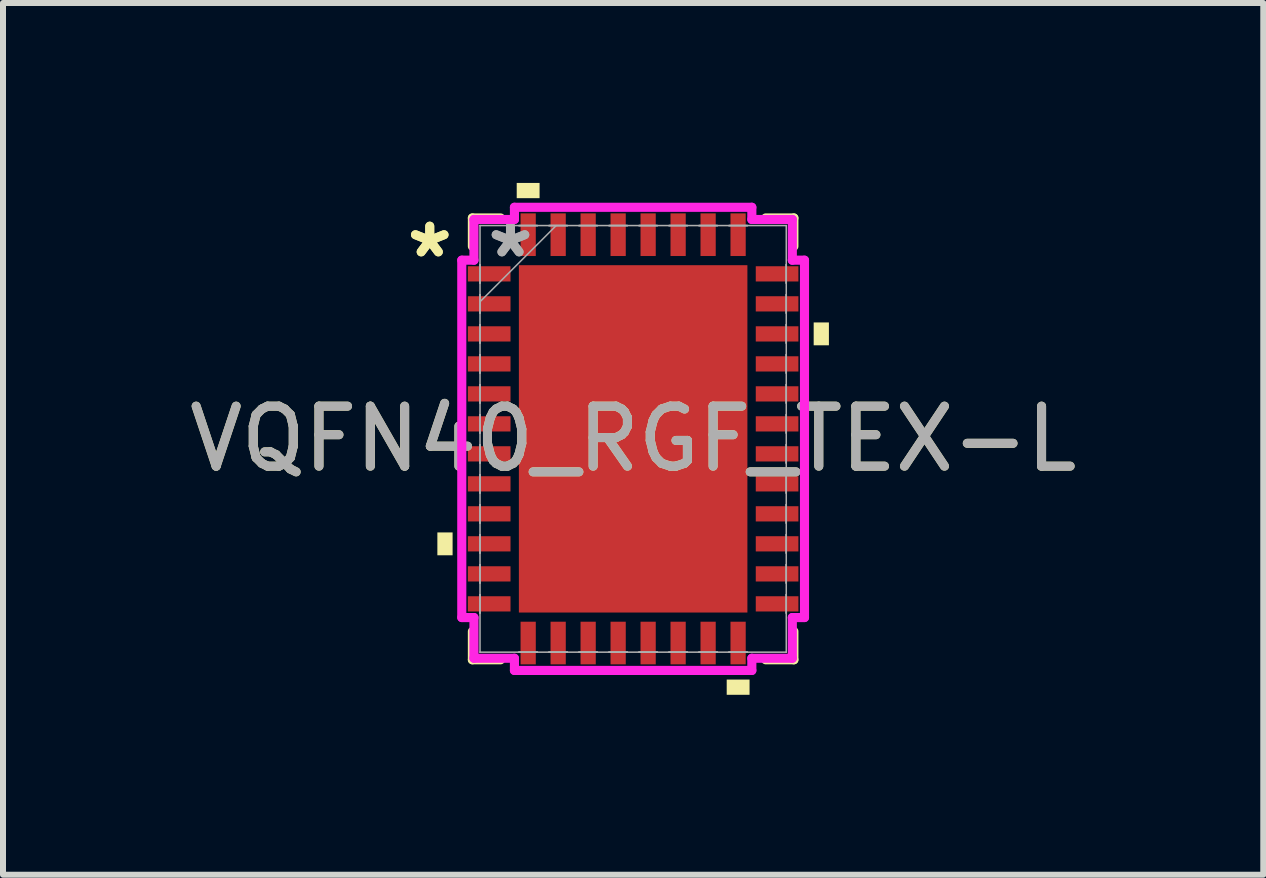
<source format=kicad_pcb>
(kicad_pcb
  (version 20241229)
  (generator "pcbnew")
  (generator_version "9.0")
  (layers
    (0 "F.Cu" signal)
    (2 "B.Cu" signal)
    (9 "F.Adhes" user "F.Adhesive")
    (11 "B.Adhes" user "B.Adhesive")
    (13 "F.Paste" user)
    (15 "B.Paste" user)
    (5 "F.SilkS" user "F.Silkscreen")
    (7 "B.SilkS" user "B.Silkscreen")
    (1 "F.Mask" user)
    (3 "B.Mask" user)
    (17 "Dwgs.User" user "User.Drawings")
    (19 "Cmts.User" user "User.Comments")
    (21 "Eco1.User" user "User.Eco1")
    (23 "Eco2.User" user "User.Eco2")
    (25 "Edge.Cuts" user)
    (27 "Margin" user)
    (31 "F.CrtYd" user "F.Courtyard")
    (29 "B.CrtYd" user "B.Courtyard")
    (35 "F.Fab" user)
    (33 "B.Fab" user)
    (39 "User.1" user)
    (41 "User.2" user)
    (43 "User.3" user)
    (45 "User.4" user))
  (footprint "VQFN40_RGF_TEX-L"
    (layer "F.Cu")
    (at 7.506 4.267)
    (property "Reference" "VQFN40_RGF_TEX-L" (at 0 0 0) (unlocked yes) (layer "F.SilkS") (effects (font (size 1 1) (thickness 0.15))))
    (attr smd)
    (fp_line (start -2.68 -3.683) (end -2.68 -3.21) (stroke (width 0.152) (type solid)) (layer "F.SilkS"))
    (fp_line (start -2.68 3.21) (end -2.68 3.683) (stroke (width 0.152) (type solid)) (layer "F.SilkS"))
    (fp_line (start -2.68 3.683) (end -2.21 3.683) (stroke (width 0.152) (type solid)) (layer "F.SilkS"))
    (fp_line (start -2.21 -3.683) (end -2.68 -3.683) (stroke (width 0.152) (type solid)) (layer "F.SilkS"))
    (fp_line (start 2.21 3.683) (end 2.68 3.683) (stroke (width 0.152) (type solid)) (layer "F.SilkS"))
    (fp_line (start 2.68 -3.683) (end 2.21 -3.683) (stroke (width 0.152) (type solid)) (layer "F.SilkS"))
    (fp_line (start 2.68 -3.21) (end 2.68 -3.683) (stroke (width 0.152) (type solid)) (layer "F.SilkS"))
    (fp_line (start 2.68 3.683) (end 2.68 3.21) (stroke (width 0.152) (type solid)) (layer "F.SilkS"))
    (fp_poly (pts (xy -3.264 1.56) (xy -3.264 1.941) (xy -3.01 1.941) (xy -3.01 1.56)) (stroke (width 0) (type solid)) (fill yes) (layer "F.SilkS"))
    (fp_poly (pts (xy -1.941 -4.013) (xy -1.941 -4.267) (xy -1.56 -4.267) (xy -1.56 -4.013)) (stroke (width 0) (type solid)) (fill yes) (layer "F.SilkS"))
    (fp_poly (pts (xy 1.56 4.013) (xy 1.56 4.267) (xy 1.941 4.267) (xy 1.941 4.013)) (stroke (width 0) (type solid)) (fill yes) (layer "F.SilkS"))
    (fp_poly (pts (xy 3.264 -1.941) (xy 3.264 -1.56) (xy 3.01 -1.56) (xy 3.01 -1.941)) (stroke (width 0) (type solid)) (fill yes) (layer "F.SilkS"))
    (fp_poly (pts (xy -1.805 -2.796) (xy -1.805 -1.548) (xy -0.735 -1.548) (xy -0.735 -2.796)) (stroke (width 0) (type solid)) (fill yes) (layer "F.Paste"))
    (fp_poly (pts (xy -1.805 -1.348) (xy -1.805 -0.1) (xy -0.735 -0.1) (xy -0.735 -1.348)) (stroke (width 0) (type solid)) (fill yes) (layer "F.Paste"))
    (fp_poly (pts (xy -1.805 0.1) (xy -1.805 1.348) (xy -0.735 1.348) (xy -0.735 0.1)) (stroke (width 0) (type solid)) (fill yes) (layer "F.Paste"))
    (fp_poly (pts (xy -1.805 1.548) (xy -1.805 2.796) (xy -0.735 2.796) (xy -0.735 1.548)) (stroke (width 0) (type solid)) (fill yes) (layer "F.Paste"))
    (fp_poly (pts (xy -0.535 -2.796) (xy -0.535 -1.548) (xy 0.535 -1.548) (xy 0.535 -2.796)) (stroke (width 0) (type solid)) (fill yes) (layer "F.Paste"))
    (fp_poly (pts (xy -0.535 -1.348) (xy -0.535 -0.1) (xy 0.535 -0.1) (xy 0.535 -1.348)) (stroke (width 0) (type solid)) (fill yes) (layer "F.Paste"))
    (fp_poly (pts (xy -0.535 0.1) (xy -0.535 1.348) (xy 0.535 1.348) (xy 0.535 0.1)) (stroke (width 0) (type solid)) (fill yes) (layer "F.Paste"))
    (fp_poly (pts (xy -0.535 1.548) (xy -0.535 2.796) (xy 0.535 2.796) (xy 0.535 1.548)) (stroke (width 0) (type solid)) (fill yes) (layer "F.Paste"))
    (fp_poly (pts (xy 0.735 -2.796) (xy 0.735 -1.548) (xy 1.805 -1.548) (xy 1.805 -2.796)) (stroke (width 0) (type solid)) (fill yes) (layer "F.Paste"))
    (fp_poly (pts (xy 0.735 -1.348) (xy 0.735 -0.1) (xy 1.805 -0.1) (xy 1.805 -1.348)) (stroke (width 0) (type solid)) (fill yes) (layer "F.Paste"))
    (fp_poly (pts (xy 0.735 0.1) (xy 0.735 1.348) (xy 1.805 1.348) (xy 1.805 0.1)) (stroke (width 0) (type solid)) (fill yes) (layer "F.Paste"))
    (fp_poly (pts (xy 0.735 1.548) (xy 0.735 2.796) (xy 1.805 2.796) (xy 1.805 1.548)) (stroke (width 0) (type solid)) (fill yes) (layer "F.Paste"))
    (fp_line (start -2.857 -2.979) (end -2.654 -2.979) (stroke (width 0.152) (type solid)) (layer "F.CrtYd"))
    (fp_line (start -2.857 2.979) (end -2.857 -2.979) (stroke (width 0.152) (type solid)) (layer "F.CrtYd"))
    (fp_line (start -2.654 -3.658) (end -1.979 -3.658) (stroke (width 0.152) (type solid)) (layer "F.CrtYd"))
    (fp_line (start -2.654 -2.979) (end -2.654 -3.658) (stroke (width 0.152) (type solid)) (layer "F.CrtYd"))
    (fp_line (start -2.654 2.979) (end -2.857 2.979) (stroke (width 0.152) (type solid)) (layer "F.CrtYd"))
    (fp_line (start -2.654 3.658) (end -2.654 2.979) (stroke (width 0.152) (type solid)) (layer "F.CrtYd"))
    (fp_line (start -1.979 -3.861) (end 1.979 -3.861) (stroke (width 0.152) (type solid)) (layer "F.CrtYd"))
    (fp_line (start -1.979 -3.658) (end -1.979 -3.861) (stroke (width 0.152) (type solid)) (layer "F.CrtYd"))
    (fp_line (start -1.979 3.658) (end -2.654 3.658) (stroke (width 0.152) (type solid)) (layer "F.CrtYd"))
    (fp_line (start -1.979 3.861) (end -1.979 3.658) (stroke (width 0.152) (type solid)) (layer "F.CrtYd"))
    (fp_line (start 1.979 -3.861) (end 1.979 -3.658) (stroke (width 0.152) (type solid)) (layer "F.CrtYd"))
    (fp_line (start 1.979 -3.658) (end 2.654 -3.658) (stroke (width 0.152) (type solid)) (layer "F.CrtYd"))
    (fp_line (start 1.979 3.658) (end 1.979 3.861) (stroke (width 0.152) (type solid)) (layer "F.CrtYd"))
    (fp_line (start 1.979 3.861) (end -1.979 3.861) (stroke (width 0.152) (type solid)) (layer "F.CrtYd"))
    (fp_line (start 2.654 -3.658) (end 2.654 -2.979) (stroke (width 0.152) (type solid)) (layer "F.CrtYd"))
    (fp_line (start 2.654 -2.979) (end 2.857 -2.979) (stroke (width 0.152) (type solid)) (layer "F.CrtYd"))
    (fp_line (start 2.654 2.979) (end 2.654 3.658) (stroke (width 0.152) (type solid)) (layer "F.CrtYd"))
    (fp_line (start 2.654 3.658) (end 1.979 3.658) (stroke (width 0.152) (type solid)) (layer "F.CrtYd"))
    (fp_line (start 2.857 -2.979) (end 2.857 2.979) (stroke (width 0.152) (type solid)) (layer "F.CrtYd"))
    (fp_line (start 2.857 2.979) (end 2.654 2.979) (stroke (width 0.152) (type solid)) (layer "F.CrtYd"))
    (fp_line (start -2.553 -3.556) (end -2.553 -3.556) (stroke (width 0.025) (type solid)) (layer "F.Fab"))
    (fp_line (start -2.553 -3.556) (end -2.553 3.556) (stroke (width 0.025) (type solid)) (layer "F.Fab"))
    (fp_line (start -2.553 -2.903) (end -2.553 -2.903) (stroke (width 0.025) (type solid)) (layer "F.Fab"))
    (fp_line (start -2.553 -2.903) (end -2.553 -2.598) (stroke (width 0.025) (type solid)) (layer "F.Fab"))
    (fp_line (start -2.553 -2.598) (end -2.553 -2.903) (stroke (width 0.025) (type solid)) (layer "F.Fab"))
    (fp_line (start -2.553 -2.598) (end -2.553 -2.598) (stroke (width 0.025) (type solid)) (layer "F.Fab"))
    (fp_line (start -2.553 -2.403) (end -2.553 -2.403) (stroke (width 0.025) (type solid)) (layer "F.Fab"))
    (fp_line (start -2.553 -2.403) (end -2.553 -2.098) (stroke (width 0.025) (type solid)) (layer "F.Fab"))
    (fp_line (start -2.553 -2.286) (end -1.283 -3.556) (stroke (width 0.025) (type solid)) (layer "F.Fab"))
    (fp_line (start -2.553 -2.098) (end -2.553 -2.403) (stroke (width 0.025) (type solid)) (layer "F.Fab"))
    (fp_line (start -2.553 -2.098) (end -2.553 -2.098) (stroke (width 0.025) (type solid)) (layer "F.Fab"))
    (fp_line (start -2.553 -1.903) (end -2.553 -1.903) (stroke (width 0.025) (type solid)) (layer "F.Fab"))
    (fp_line (start -2.553 -1.903) (end -2.553 -1.598) (stroke (width 0.025) (type solid)) (layer "F.Fab"))
    (fp_line (start -2.553 -1.598) (end -2.553 -1.903) (stroke (width 0.025) (type solid)) (layer "F.Fab"))
    (fp_line (start -2.553 -1.598) (end -2.553 -1.598) (stroke (width 0.025) (type solid)) (layer "F.Fab"))
    (fp_line (start -2.553 -1.403) (end -2.553 -1.403) (stroke (width 0.025) (type solid)) (layer "F.Fab"))
    (fp_line (start -2.553 -1.403) (end -2.553 -1.098) (stroke (width 0.025) (type solid)) (layer "F.Fab"))
    (fp_line (start -2.553 -1.098) (end -2.553 -1.403) (stroke (width 0.025) (type solid)) (layer "F.Fab"))
    (fp_line (start -2.553 -1.098) (end -2.553 -1.098) (stroke (width 0.025) (type solid)) (layer "F.Fab"))
    (fp_line (start -2.553 -0.903) (end -2.553 -0.903) (stroke (width 0.025) (type solid)) (layer "F.Fab"))
    (fp_line (start -2.553 -0.903) (end -2.553 -0.598) (stroke (width 0.025) (type solid)) (layer "F.Fab"))
    (fp_line (start -2.553 -0.598) (end -2.553 -0.903) (stroke (width 0.025) (type solid)) (layer "F.Fab"))
    (fp_line (start -2.553 -0.598) (end -2.553 -0.598) (stroke (width 0.025) (type solid)) (layer "F.Fab"))
    (fp_line (start -2.553 -0.402) (end -2.553 -0.402) (stroke (width 0.025) (type solid)) (layer "F.Fab"))
    (fp_line (start -2.553 -0.402) (end -2.553 -0.098) (stroke (width 0.025) (type solid)) (layer "F.Fab"))
    (fp_line (start -2.553 -0.098) (end -2.553 -0.402) (stroke (width 0.025) (type solid)) (layer "F.Fab"))
    (fp_line (start -2.553 -0.098) (end -2.553 -0.098) (stroke (width 0.025) (type solid)) (layer "F.Fab"))
    (fp_line (start -2.553 0.098) (end -2.553 0.098) (stroke (width 0.025) (type solid)) (layer "F.Fab"))
    (fp_line (start -2.553 0.098) (end -2.553 0.402) (stroke (width 0.025) (type solid)) (layer "F.Fab"))
    (fp_line (start -2.553 0.402) (end -2.553 0.098) (stroke (width 0.025) (type solid)) (layer "F.Fab"))
    (fp_line (start -2.553 0.402) (end -2.553 0.402) (stroke (width 0.025) (type solid)) (layer "F.Fab"))
    (fp_line (start -2.553 0.598) (end -2.553 0.598) (stroke (width 0.025) (type solid)) (layer "F.Fab"))
    (fp_line (start -2.553 0.598) (end -2.553 0.903) (stroke (width 0.025) (type solid)) (layer "F.Fab"))
    (fp_line (start -2.553 0.903) (end -2.553 0.598) (stroke (width 0.025) (type solid)) (layer "F.Fab"))
    (fp_line (start -2.553 0.903) (end -2.553 0.903) (stroke (width 0.025) (type solid)) (layer "F.Fab"))
    (fp_line (start -2.553 1.098) (end -2.553 1.098) (stroke (width 0.025) (type solid)) (layer "F.Fab"))
    (fp_line (start -2.553 1.098) (end -2.553 1.403) (stroke (width 0.025) (type solid)) (layer "F.Fab"))
    (fp_line (start -2.553 1.403) (end -2.553 1.098) (stroke (width 0.025) (type solid)) (layer "F.Fab"))
    (fp_line (start -2.553 1.403) (end -2.553 1.403) (stroke (width 0.025) (type solid)) (layer "F.Fab"))
    (fp_line (start -2.553 1.598) (end -2.553 1.598) (stroke (width 0.025) (type solid)) (layer "F.Fab"))
    (fp_line (start -2.553 1.598) (end -2.553 1.903) (stroke (width 0.025) (type solid)) (layer "F.Fab"))
    (fp_line (start -2.553 1.903) (end -2.553 1.598) (stroke (width 0.025) (type solid)) (layer "F.Fab"))
    (fp_line (start -2.553 1.903) (end -2.553 1.903) (stroke (width 0.025) (type solid)) (layer "F.Fab"))
    (fp_line (start -2.553 2.098) (end -2.553 2.098) (stroke (width 0.025) (type solid)) (layer "F.Fab"))
    (fp_line (start -2.553 2.098) (end -2.553 2.403) (stroke (width 0.025) (type solid)) (layer "F.Fab"))
    (fp_line (start -2.553 2.403) (end -2.553 2.098) (stroke (width 0.025) (type solid)) (layer "F.Fab"))
    (fp_line (start -2.553 2.403) (end -2.553 2.403) (stroke (width 0.025) (type solid)) (layer "F.Fab"))
    (fp_line (start -2.553 2.598) (end -2.553 2.598) (stroke (width 0.025) (type solid)) (layer "F.Fab"))
    (fp_line (start -2.553 2.598) (end -2.553 2.903) (stroke (width 0.025) (type solid)) (layer "F.Fab"))
    (fp_line (start -2.553 2.903) (end -2.553 2.598) (stroke (width 0.025) (type solid)) (layer "F.Fab"))
    (fp_line (start -2.553 2.903) (end -2.553 2.903) (stroke (width 0.025) (type solid)) (layer "F.Fab"))
    (fp_line (start -2.553 3.556) (end -2.553 3.556) (stroke (width 0.025) (type solid)) (layer "F.Fab"))
    (fp_line (start -2.553 3.556) (end 2.553 3.556) (stroke (width 0.025) (type solid)) (layer "F.Fab"))
    (fp_line (start -1.903 -3.556) (end -1.903 -3.556) (stroke (width 0.025) (type solid)) (layer "F.Fab"))
    (fp_line (start -1.903 -3.556) (end -1.598 -3.556) (stroke (width 0.025) (type solid)) (layer "F.Fab"))
    (fp_line (start -1.903 3.556) (end -1.903 3.556) (stroke (width 0.025) (type solid)) (layer "F.Fab"))
    (fp_line (start -1.903 3.556) (end -1.598 3.556) (stroke (width 0.025) (type solid)) (layer "F.Fab"))
    (fp_line (start -1.598 -3.556) (end -1.903 -3.556) (stroke (width 0.025) (type solid)) (layer "F.Fab"))
    (fp_line (start -1.598 -3.556) (end -1.598 -3.556) (stroke (width 0.025) (type solid)) (layer "F.Fab"))
    (fp_line (start -1.598 3.556) (end -1.903 3.556) (stroke (width 0.025) (type solid)) (layer "F.Fab"))
    (fp_line (start -1.598 3.556) (end -1.598 3.556) (stroke (width 0.025) (type solid)) (layer "F.Fab"))
    (fp_line (start -1.403 -3.556) (end -1.403 -3.556) (stroke (width 0.025) (type solid)) (layer "F.Fab"))
    (fp_line (start -1.403 -3.556) (end -1.098 -3.556) (stroke (width 0.025) (type solid)) (layer "F.Fab"))
    (fp_line (start -1.403 3.556) (end -1.403 3.556) (stroke (width 0.025) (type solid)) (layer "F.Fab"))
    (fp_line (start -1.403 3.556) (end -1.098 3.556) (stroke (width 0.025) (type solid)) (layer "F.Fab"))
    (fp_line (start -1.098 -3.556) (end -1.403 -3.556) (stroke (width 0.025) (type solid)) (layer "F.Fab"))
    (fp_line (start -1.098 -3.556) (end -1.098 -3.556) (stroke (width 0.025) (type solid)) (layer "F.Fab"))
    (fp_line (start -1.098 3.556) (end -1.403 3.556) (stroke (width 0.025) (type solid)) (layer "F.Fab"))
    (fp_line (start -1.098 3.556) (end -1.098 3.556) (stroke (width 0.025) (type solid)) (layer "F.Fab"))
    (fp_line (start -0.903 -3.556) (end -0.903 -3.556) (stroke (width 0.025) (type solid)) (layer "F.Fab"))
    (fp_line (start -0.903 -3.556) (end -0.598 -3.556) (stroke (width 0.025) (type solid)) (layer "F.Fab"))
    (fp_line (start -0.903 3.556) (end -0.903 3.556) (stroke (width 0.025) (type solid)) (layer "F.Fab"))
    (fp_line (start -0.903 3.556) (end -0.598 3.556) (stroke (width 0.025) (type solid)) (layer "F.Fab"))
    (fp_line (start -0.598 -3.556) (end -0.903 -3.556) (stroke (width 0.025) (type solid)) (layer "F.Fab"))
    (fp_line (start -0.598 -3.556) (end -0.598 -3.556) (stroke (width 0.025) (type solid)) (layer "F.Fab"))
    (fp_line (start -0.598 3.556) (end -0.903 3.556) (stroke (width 0.025) (type solid)) (layer "F.Fab"))
    (fp_line (start -0.598 3.556) (end -0.598 3.556) (stroke (width 0.025) (type solid)) (layer "F.Fab"))
    (fp_line (start -0.402 -3.556) (end -0.402 -3.556) (stroke (width 0.025) (type solid)) (layer "F.Fab"))
    (fp_line (start -0.402 -3.556) (end -0.098 -3.556) (stroke (width 0.025) (type solid)) (layer "F.Fab"))
    (fp_line (start -0.402 3.556) (end -0.402 3.556) (stroke (width 0.025) (type solid)) (layer "F.Fab"))
    (fp_line (start -0.402 3.556) (end -0.098 3.556) (stroke (width 0.025) (type solid)) (layer "F.Fab"))
    (fp_line (start -0.098 -3.556) (end -0.402 -3.556) (stroke (width 0.025) (type solid)) (layer "F.Fab"))
    (fp_line (start -0.098 -3.556) (end -0.098 -3.556) (stroke (width 0.025) (type solid)) (layer "F.Fab"))
    (fp_line (start -0.098 3.556) (end -0.402 3.556) (stroke (width 0.025) (type solid)) (layer "F.Fab"))
    (fp_line (start -0.098 3.556) (end -0.098 3.556) (stroke (width 0.025) (type solid)) (layer "F.Fab"))
    (fp_line (start 0.098 -3.556) (end 0.098 -3.556) (stroke (width 0.025) (type solid)) (layer "F.Fab"))
    (fp_line (start 0.098 -3.556) (end 0.402 -3.556) (stroke (width 0.025) (type solid)) (layer "F.Fab"))
    (fp_line (start 0.098 3.556) (end 0.098 3.556) (stroke (width 0.025) (type solid)) (layer "F.Fab"))
    (fp_line (start 0.098 3.556) (end 0.402 3.556) (stroke (width 0.025) (type solid)) (layer "F.Fab"))
    (fp_line (start 0.402 -3.556) (end 0.098 -3.556) (stroke (width 0.025) (type solid)) (layer "F.Fab"))
    (fp_line (start 0.402 -3.556) (end 0.402 -3.556) (stroke (width 0.025) (type solid)) (layer "F.Fab"))
    (fp_line (start 0.402 3.556) (end 0.098 3.556) (stroke (width 0.025) (type solid)) (layer "F.Fab"))
    (fp_line (start 0.402 3.556) (end 0.402 3.556) (stroke (width 0.025) (type solid)) (layer "F.Fab"))
    (fp_line (start 0.598 -3.556) (end 0.598 -3.556) (stroke (width 0.025) (type solid)) (layer "F.Fab"))
    (fp_line (start 0.598 -3.556) (end 0.903 -3.556) (stroke (width 0.025) (type solid)) (layer "F.Fab"))
    (fp_line (start 0.598 3.556) (end 0.598 3.556) (stroke (width 0.025) (type solid)) (layer "F.Fab"))
    (fp_line (start 0.598 3.556) (end 0.903 3.556) (stroke (width 0.025) (type solid)) (layer "F.Fab"))
    (fp_line (start 0.903 -3.556) (end 0.598 -3.556) (stroke (width 0.025) (type solid)) (layer "F.Fab"))
    (fp_line (start 0.903 -3.556) (end 0.903 -3.556) (stroke (width 0.025) (type solid)) (layer "F.Fab"))
    (fp_line (start 0.903 3.556) (end 0.598 3.556) (stroke (width 0.025) (type solid)) (layer "F.Fab"))
    (fp_line (start 0.903 3.556) (end 0.903 3.556) (stroke (width 0.025) (type solid)) (layer "F.Fab"))
    (fp_line (start 1.098 -3.556) (end 1.098 -3.556) (stroke (width 0.025) (type solid)) (layer "F.Fab"))
    (fp_line (start 1.098 -3.556) (end 1.403 -3.556) (stroke (width 0.025) (type solid)) (layer "F.Fab"))
    (fp_line (start 1.098 3.556) (end 1.098 3.556) (stroke (width 0.025) (type solid)) (layer "F.Fab"))
    (fp_line (start 1.098 3.556) (end 1.403 3.556) (stroke (width 0.025) (type solid)) (layer "F.Fab"))
    (fp_line (start 1.403 -3.556) (end 1.098 -3.556) (stroke (width 0.025) (type solid)) (layer "F.Fab"))
    (fp_line (start 1.403 -3.556) (end 1.403 -3.556) (stroke (width 0.025) (type solid)) (layer "F.Fab"))
    (fp_line (start 1.403 3.556) (end 1.098 3.556) (stroke (width 0.025) (type solid)) (layer "F.Fab"))
    (fp_line (start 1.403 3.556) (end 1.403 3.556) (stroke (width 0.025) (type solid)) (layer "F.Fab"))
    (fp_line (start 1.598 -3.556) (end 1.598 -3.556) (stroke (width 0.025) (type solid)) (layer "F.Fab"))
    (fp_line (start 1.598 -3.556) (end 1.903 -3.556) (stroke (width 0.025) (type solid)) (layer "F.Fab"))
    (fp_line (start 1.598 3.556) (end 1.598 3.556) (stroke (width 0.025) (type solid)) (layer "F.Fab"))
    (fp_line (start 1.598 3.556) (end 1.903 3.556) (stroke (width 0.025) (type solid)) (layer "F.Fab"))
    (fp_line (start 1.903 -3.556) (end 1.598 -3.556) (stroke (width 0.025) (type solid)) (layer "F.Fab"))
    (fp_line (start 1.903 -3.556) (end 1.903 -3.556) (stroke (width 0.025) (type solid)) (layer "F.Fab"))
    (fp_line (start 1.903 3.556) (end 1.598 3.556) (stroke (width 0.025) (type solid)) (layer "F.Fab"))
    (fp_line (start 1.903 3.556) (end 1.903 3.556) (stroke (width 0.025) (type solid)) (layer "F.Fab"))
    (fp_line (start 2.553 -3.556) (end -2.553 -3.556) (stroke (width 0.025) (type solid)) (layer "F.Fab"))
    (fp_line (start 2.553 -3.556) (end 2.553 -3.556) (stroke (width 0.025) (type solid)) (layer "F.Fab"))
    (fp_line (start 2.553 -2.903) (end 2.553 -2.903) (stroke (width 0.025) (type solid)) (layer "F.Fab"))
    (fp_line (start 2.553 -2.903) (end 2.553 -2.598) (stroke (width 0.025) (type solid)) (layer "F.Fab"))
    (fp_line (start 2.553 -2.598) (end 2.553 -2.903) (stroke (width 0.025) (type solid)) (layer "F.Fab"))
    (fp_line (start 2.553 -2.598) (end 2.553 -2.598) (stroke (width 0.025) (type solid)) (layer "F.Fab"))
    (fp_line (start 2.553 -2.403) (end 2.553 -2.403) (stroke (width 0.025) (type solid)) (layer "F.Fab"))
    (fp_line (start 2.553 -2.403) (end 2.553 -2.098) (stroke (width 0.025) (type solid)) (layer "F.Fab"))
    (fp_line (start 2.553 -2.098) (end 2.553 -2.403) (stroke (width 0.025) (type solid)) (layer "F.Fab"))
    (fp_line (start 2.553 -2.098) (end 2.553 -2.098) (stroke (width 0.025) (type solid)) (layer "F.Fab"))
    (fp_line (start 2.553 -1.903) (end 2.553 -1.903) (stroke (width 0.025) (type solid)) (layer "F.Fab"))
    (fp_line (start 2.553 -1.903) (end 2.553 -1.598) (stroke (width 0.025) (type solid)) (layer "F.Fab"))
    (fp_line (start 2.553 -1.598) (end 2.553 -1.903) (stroke (width 0.025) (type solid)) (layer "F.Fab"))
    (fp_line (start 2.553 -1.598) (end 2.553 -1.598) (stroke (width 0.025) (type solid)) (layer "F.Fab"))
    (fp_line (start 2.553 -1.403) (end 2.553 -1.403) (stroke (width 0.025) (type solid)) (layer "F.Fab"))
    (fp_line (start 2.553 -1.403) (end 2.553 -1.098) (stroke (width 0.025) (type solid)) (layer "F.Fab"))
    (fp_line (start 2.553 -1.098) (end 2.553 -1.403) (stroke (width 0.025) (type solid)) (layer "F.Fab"))
    (fp_line (start 2.553 -1.098) (end 2.553 -1.098) (stroke (width 0.025) (type solid)) (layer "F.Fab"))
    (fp_line (start 2.553 -0.903) (end 2.553 -0.903) (stroke (width 0.025) (type solid)) (layer "F.Fab"))
    (fp_line (start 2.553 -0.903) (end 2.553 -0.598) (stroke (width 0.025) (type solid)) (layer "F.Fab"))
    (fp_line (start 2.553 -0.598) (end 2.553 -0.903) (stroke (width 0.025) (type solid)) (layer "F.Fab"))
    (fp_line (start 2.553 -0.598) (end 2.553 -0.598) (stroke (width 0.025) (type solid)) (layer "F.Fab"))
    (fp_line (start 2.553 -0.402) (end 2.553 -0.402) (stroke (width 0.025) (type solid)) (layer "F.Fab"))
    (fp_line (start 2.553 -0.402) (end 2.553 -0.098) (stroke (width 0.025) (type solid)) (layer "F.Fab"))
    (fp_line (start 2.553 -0.098) (end 2.553 -0.402) (stroke (width 0.025) (type solid)) (layer "F.Fab"))
    (fp_line (start 2.553 -0.098) (end 2.553 -0.098) (stroke (width 0.025) (type solid)) (layer "F.Fab"))
    (fp_line (start 2.553 0.098) (end 2.553 0.098) (stroke (width 0.025) (type solid)) (layer "F.Fab"))
    (fp_line (start 2.553 0.098) (end 2.553 0.402) (stroke (width 0.025) (type solid)) (layer "F.Fab"))
    (fp_line (start 2.553 0.402) (end 2.553 0.098) (stroke (width 0.025) (type solid)) (layer "F.Fab"))
    (fp_line (start 2.553 0.402) (end 2.553 0.402) (stroke (width 0.025) (type solid)) (layer "F.Fab"))
    (fp_line (start 2.553 0.598) (end 2.553 0.598) (stroke (width 0.025) (type solid)) (layer "F.Fab"))
    (fp_line (start 2.553 0.598) (end 2.553 0.903) (stroke (width 0.025) (type solid)) (layer "F.Fab"))
    (fp_line (start 2.553 0.903) (end 2.553 0.598) (stroke (width 0.025) (type solid)) (layer "F.Fab"))
    (fp_line (start 2.553 0.903) (end 2.553 0.903) (stroke (width 0.025) (type solid)) (layer "F.Fab"))
    (fp_line (start 2.553 1.098) (end 2.553 1.098) (stroke (width 0.025) (type solid)) (layer "F.Fab"))
    (fp_line (start 2.553 1.098) (end 2.553 1.403) (stroke (width 0.025) (type solid)) (layer "F.Fab"))
    (fp_line (start 2.553 1.403) (end 2.553 1.098) (stroke (width 0.025) (type solid)) (layer "F.Fab"))
    (fp_line (start 2.553 1.403) (end 2.553 1.403) (stroke (width 0.025) (type solid)) (layer "F.Fab"))
    (fp_line (start 2.553 1.598) (end 2.553 1.598) (stroke (width 0.025) (type solid)) (layer "F.Fab"))
    (fp_line (start 2.553 1.598) (end 2.553 1.903) (stroke (width 0.025) (type solid)) (layer "F.Fab"))
    (fp_line (start 2.553 1.903) (end 2.553 1.598) (stroke (width 0.025) (type solid)) (layer "F.Fab"))
    (fp_line (start 2.553 1.903) (end 2.553 1.903) (stroke (width 0.025) (type solid)) (layer "F.Fab"))
    (fp_line (start 2.553 2.098) (end 2.553 2.098) (stroke (width 0.025) (type solid)) (layer "F.Fab"))
    (fp_line (start 2.553 2.098) (end 2.553 2.403) (stroke (width 0.025) (type solid)) (layer "F.Fab"))
    (fp_line (start 2.553 2.403) (end 2.553 2.098) (stroke (width 0.025) (type solid)) (layer "F.Fab"))
    (fp_line (start 2.553 2.403) (end 2.553 2.403) (stroke (width 0.025) (type solid)) (layer "F.Fab"))
    (fp_line (start 2.553 2.598) (end 2.553 2.598) (stroke (width 0.025) (type solid)) (layer "F.Fab"))
    (fp_line (start 2.553 2.598) (end 2.553 2.903) (stroke (width 0.025) (type solid)) (layer "F.Fab"))
    (fp_line (start 2.553 2.903) (end 2.553 2.598) (stroke (width 0.025) (type solid)) (layer "F.Fab"))
    (fp_line (start 2.553 2.903) (end 2.553 2.903) (stroke (width 0.025) (type solid)) (layer "F.Fab"))
    (fp_line (start 2.553 3.556) (end 2.553 -3.556) (stroke (width 0.025) (type solid)) (layer "F.Fab"))
    (fp_line (start 2.553 3.556) (end 2.553 3.556) (stroke (width 0.025) (type solid)) (layer "F.Fab"))
    (fp_text user "*" (at -3.391 -3.001 0) (layer "F.SilkS") (effects (font (size 1 1) (thickness 0.15))))
    (fp_text user "*" (at -3.391 -3.001 0) (unlocked yes) (layer "F.SilkS") (effects (font (size 1 1) (thickness 0.15))))
    (fp_text user "*" (at -2.045 -3.001 0) (layer "F.Fab") (effects (font (size 1 1) (thickness 0.15))))
    (fp_text user "${REFERENCE}" (at 0 0 0) (unlocked yes) (layer "F.Fab") (effects (font (size 1 1) (thickness 0.15))))
    (fp_text user "*" (at -2.045 -3.001 0) (unlocked yes) (layer "F.Fab") (effects (font (size 1 1) (thickness 0.15))))
    (pad "1" smd rect (at -2.4 -2.751 90) (size 0.254 0.711) (layers "F.Cu" "F.Mask" "F.Paste"))
    (pad "2" smd rect (at -2.4 -2.251 90) (size 0.254 0.711) (layers "F.Cu" "F.Mask" "F.Paste"))
    (pad "3" smd rect (at -2.4 -1.75 90) (size 0.254 0.711) (layers "F.Cu" "F.Mask" "F.Paste"))
    (pad "4" smd rect (at -2.4 -1.25 90) (size 0.254 0.711) (layers "F.Cu" "F.Mask" "F.Paste"))
    (pad "5" smd rect (at -2.4 -0.75 90) (size 0.254 0.711) (layers "F.Cu" "F.Mask" "F.Paste"))
    (pad "6" smd rect (at -2.4 -0.25 90) (size 0.254 0.711) (layers "F.Cu" "F.Mask" "F.Paste"))
    (pad "7" smd rect (at -2.4 0.25 90) (size 0.254 0.711) (layers "F.Cu" "F.Mask" "F.Paste"))
    (pad "8" smd rect (at -2.4 0.75 90) (size 0.254 0.711) (layers "F.Cu" "F.Mask" "F.Paste"))
    (pad "9" smd rect (at -2.4 1.25 90) (size 0.254 0.711) (layers "F.Cu" "F.Mask" "F.Paste"))
    (pad "10" smd rect (at -2.4 1.75 90) (size 0.254 0.711) (layers "F.Cu" "F.Mask" "F.Paste"))
    (pad "11" smd rect (at -2.4 2.251 90) (size 0.254 0.711) (layers "F.Cu" "F.Mask" "F.Paste"))
    (pad "12" smd rect (at -2.4 2.751 90) (size 0.254 0.711) (layers "F.Cu" "F.Mask" "F.Paste"))
    (pad "13" smd rect (at -1.75 3.404) (size 0.254 0.711) (layers "F.Cu" "F.Mask" "F.Paste"))
    (pad "14" smd rect (at -1.25 3.404) (size 0.254 0.711) (layers "F.Cu" "F.Mask" "F.Paste"))
    (pad "15" smd rect (at -0.75 3.404) (size 0.254 0.711) (layers "F.Cu" "F.Mask" "F.Paste"))
    (pad "16" smd rect (at -0.25 3.404) (size 0.254 0.711) (layers "F.Cu" "F.Mask" "F.Paste"))
    (pad "17" smd rect (at 0.25 3.404) (size 0.254 0.711) (layers "F.Cu" "F.Mask" "F.Paste"))
    (pad "18" smd rect (at 0.75 3.404) (size 0.254 0.711) (layers "F.Cu" "F.Mask" "F.Paste"))
    (pad "19" smd rect (at 1.25 3.404) (size 0.254 0.711) (layers "F.Cu" "F.Mask" "F.Paste"))
    (pad "20" smd rect (at 1.75 3.404) (size 0.254 0.711) (layers "F.Cu" "F.Mask" "F.Paste"))
    (pad "21" smd rect (at 2.4 2.751 90) (size 0.254 0.711) (layers "F.Cu" "F.Mask" "F.Paste"))
    (pad "22" smd rect (at 2.4 2.251 90) (size 0.254 0.711) (layers "F.Cu" "F.Mask" "F.Paste"))
    (pad "23" smd rect (at 2.4 1.75 90) (size 0.254 0.711) (layers "F.Cu" "F.Mask" "F.Paste"))
    (pad "24" smd rect (at 2.4 1.25 90) (size 0.254 0.711) (layers "F.Cu" "F.Mask" "F.Paste"))
    (pad "25" smd rect (at 2.4 0.75 90) (size 0.254 0.711) (layers "F.Cu" "F.Mask" "F.Paste"))
    (pad "26" smd rect (at 2.4 0.25 90) (size 0.254 0.711) (layers "F.Cu" "F.Mask" "F.Paste"))
    (pad "27" smd rect (at 2.4 -0.25 90) (size 0.254 0.711) (layers "F.Cu" "F.Mask" "F.Paste"))
    (pad "28" smd rect (at 2.4 -0.75 90) (size 0.254 0.711) (layers "F.Cu" "F.Mask" "F.Paste"))
    (pad "29" smd rect (at 2.4 -1.25 90) (size 0.254 0.711) (layers "F.Cu" "F.Mask" "F.Paste"))
    (pad "30" smd rect (at 2.4 -1.75 90) (size 0.254 0.711) (layers "F.Cu" "F.Mask" "F.Paste"))
    (pad "31" smd rect (at 2.4 -2.251 90) (size 0.254 0.711) (layers "F.Cu" "F.Mask" "F.Paste"))
    (pad "32" smd rect (at 2.4 -2.751 90) (size 0.254 0.711) (layers "F.Cu" "F.Mask" "F.Paste"))
    (pad "33" smd rect (at 1.75 -3.404) (size 0.254 0.711) (layers "F.Cu" "F.Mask" "F.Paste"))
    (pad "34" smd rect (at 1.25 -3.404) (size 0.254 0.711) (layers "F.Cu" "F.Mask" "F.Paste"))
    (pad "35" smd rect (at 0.75 -3.404) (size 0.254 0.711) (layers "F.Cu" "F.Mask" "F.Paste"))
    (pad "36" smd rect (at 0.25 -3.404) (size 0.254 0.711) (layers "F.Cu" "F.Mask" "F.Paste"))
    (pad "37" smd rect (at -0.25 -3.404) (size 0.254 0.711) (layers "F.Cu" "F.Mask" "F.Paste"))
    (pad "38" smd rect (at -0.75 -3.404) (size 0.254 0.711) (layers "F.Cu" "F.Mask" "F.Paste"))
    (pad "39" smd rect (at -1.25 -3.404) (size 0.254 0.711) (layers "F.Cu" "F.Mask" "F.Paste"))
    (pad "40" smd rect (at -1.75 -3.404) (size 0.254 0.711) (layers "F.Cu" "F.Mask" "F.Paste"))
    (pad "41" smd rect (at 0 0) (size 3.81 5.791) (layers "F.Cu" "F.Mask" "F.Paste")))
  (gr_rect
    (start -3 -3)
    (end 18.012 11.534)
    (stroke (width 0.1) (type default))
    (fill no)
    (layer "Edge.Cuts")))
</source>
